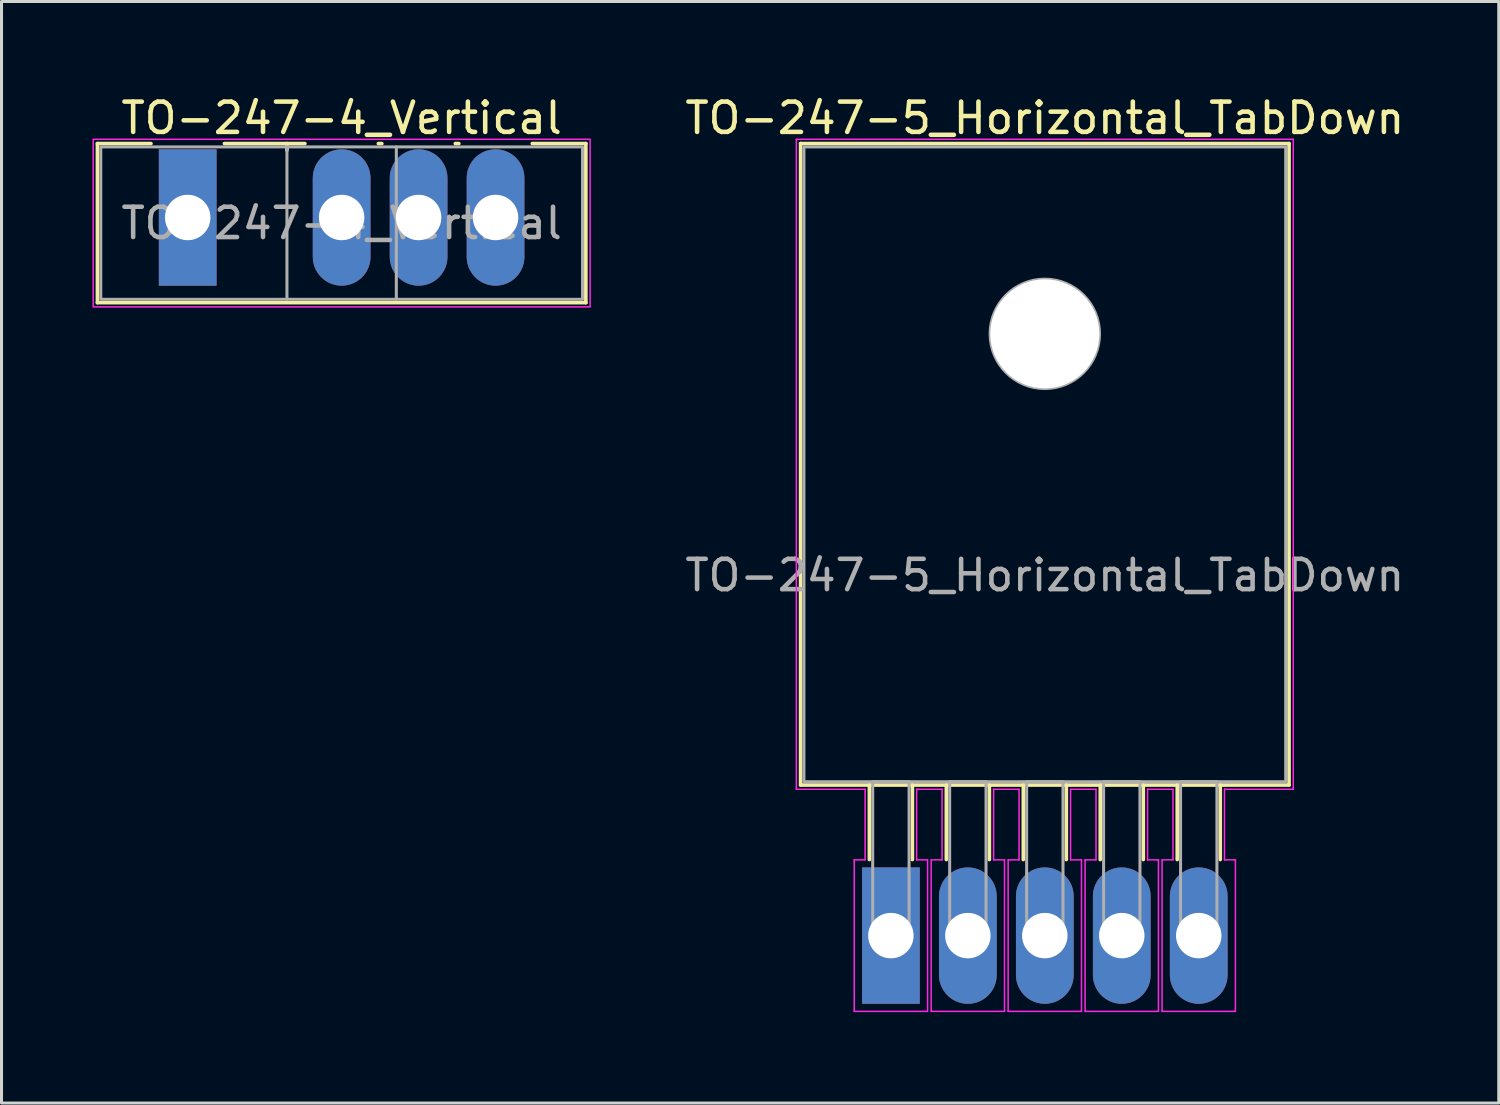
<source format=kicad_pcb>
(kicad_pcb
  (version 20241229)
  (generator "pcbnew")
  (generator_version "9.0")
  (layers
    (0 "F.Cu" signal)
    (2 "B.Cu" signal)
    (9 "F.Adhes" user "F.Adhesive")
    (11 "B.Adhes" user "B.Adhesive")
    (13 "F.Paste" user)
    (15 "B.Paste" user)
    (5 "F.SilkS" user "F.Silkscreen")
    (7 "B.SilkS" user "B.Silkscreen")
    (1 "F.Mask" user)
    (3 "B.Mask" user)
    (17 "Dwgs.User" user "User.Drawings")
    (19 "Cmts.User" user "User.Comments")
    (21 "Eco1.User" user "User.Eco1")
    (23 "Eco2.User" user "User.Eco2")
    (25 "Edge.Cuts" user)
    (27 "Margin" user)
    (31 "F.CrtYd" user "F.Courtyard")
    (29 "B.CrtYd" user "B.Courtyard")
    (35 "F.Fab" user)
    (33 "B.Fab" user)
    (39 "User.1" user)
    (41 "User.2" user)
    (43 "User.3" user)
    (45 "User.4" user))
  (footprint "TO-247-5_Horizontal_TabDown"
    (layer "F.Cu")
    (at 26.352 27.828)
    (property "Reference" "TO-247-5_Horizontal_TabDown" (at 5.08 -26.98 0) (layer "F.SilkS") (effects (font (size 1 1) (thickness 0.15))))
    (attr through_hole)
    (fp_line (start -2.98 -26.14) (end 13.14 -26.14) (stroke (width 0.12) (type solid)) (layer "F.SilkS"))
    (fp_line (start -2.98 -4.97) (end -2.98 -26.14) (stroke (width 0.12) (type solid)) (layer "F.SilkS"))
    (fp_line (start -2.98 -4.97) (end 13.14 -4.97) (stroke (width 0.12) (type solid)) (layer "F.SilkS"))
    (fp_line (start -0.71 -4.97) (end -0.71 -2.51) (stroke (width 0.12) (type solid)) (layer "F.SilkS"))
    (fp_line (start 0.71 -4.97) (end 0.71 -2.51) (stroke (width 0.12) (type solid)) (layer "F.SilkS"))
    (fp_line (start 1.83 -4.97) (end 1.83 -2.51) (stroke (width 0.12) (type solid)) (layer "F.SilkS"))
    (fp_line (start 3.25 -4.97) (end 3.25 -2.51) (stroke (width 0.12) (type solid)) (layer "F.SilkS"))
    (fp_line (start 4.37 -4.97) (end 4.37 -2.51) (stroke (width 0.12) (type solid)) (layer "F.SilkS"))
    (fp_line (start 5.79 -4.97) (end 5.79 -2.51) (stroke (width 0.12) (type solid)) (layer "F.SilkS"))
    (fp_line (start 6.91 -4.97) (end 6.91 -2.51) (stroke (width 0.12) (type solid)) (layer "F.SilkS"))
    (fp_line (start 8.33 -4.97) (end 8.33 -2.51) (stroke (width 0.12) (type solid)) (layer "F.SilkS"))
    (fp_line (start 9.45 -4.97) (end 9.45 -2.51) (stroke (width 0.12) (type solid)) (layer "F.SilkS"))
    (fp_line (start 10.87 -4.97) (end 10.87 -2.51) (stroke (width 0.12) (type solid)) (layer "F.SilkS"))
    (fp_line (start 13.14 -4.97) (end 13.14 -26.14) (stroke (width 0.12) (type solid)) (layer "F.SilkS"))
    (fp_line (start -3.12 -26.28) (end 13.28 -26.28) (stroke (width 0.05) (type solid)) (layer "F.CrtYd"))
    (fp_line (start -3.12 -4.83) (end -3.12 -26.28) (stroke (width 0.05) (type solid)) (layer "F.CrtYd"))
    (fp_line (start -1.21 -2.5) (end -0.85 -2.5) (stroke (width 0.05) (type solid)) (layer "F.CrtYd"))
    (fp_line (start -1.21 2.5) (end -1.21 -2.5) (stroke (width 0.05) (type solid)) (layer "F.CrtYd"))
    (fp_line (start -0.85 -4.83) (end -3.12 -4.83) (stroke (width 0.05) (type solid)) (layer "F.CrtYd"))
    (fp_line (start -0.85 -2.5) (end -0.85 -4.83) (stroke (width 0.05) (type solid)) (layer "F.CrtYd"))
    (fp_line (start 0.85 -4.83) (end 0.85 -2.5) (stroke (width 0.05) (type solid)) (layer "F.CrtYd"))
    (fp_line (start 0.85 -2.5) (end 1.21 -2.5) (stroke (width 0.05) (type solid)) (layer "F.CrtYd"))
    (fp_line (start 1.21 -2.5) (end 1.21 2.5) (stroke (width 0.05) (type solid)) (layer "F.CrtYd"))
    (fp_line (start 1.21 2.5) (end -1.21 2.5) (stroke (width 0.05) (type solid)) (layer "F.CrtYd"))
    (fp_line (start 1.33 -2.5) (end 1.69 -2.5) (stroke (width 0.05) (type solid)) (layer "F.CrtYd"))
    (fp_line (start 1.33 2.5) (end 1.33 -2.5) (stroke (width 0.05) (type solid)) (layer "F.CrtYd"))
    (fp_line (start 1.69 -4.83) (end 0.85 -4.83) (stroke (width 0.05) (type solid)) (layer "F.CrtYd"))
    (fp_line (start 1.69 -2.5) (end 1.69 -4.83) (stroke (width 0.05) (type solid)) (layer "F.CrtYd"))
    (fp_line (start 3.39 -4.83) (end 3.39 -2.5) (stroke (width 0.05) (type solid)) (layer "F.CrtYd"))
    (fp_line (start 3.39 -2.5) (end 3.75 -2.5) (stroke (width 0.05) (type solid)) (layer "F.CrtYd"))
    (fp_line (start 3.75 -2.5) (end 3.75 2.5) (stroke (width 0.05) (type solid)) (layer "F.CrtYd"))
    (fp_line (start 3.75 2.5) (end 1.33 2.5) (stroke (width 0.05) (type solid)) (layer "F.CrtYd"))
    (fp_line (start 3.87 -2.5) (end 4.23 -2.5) (stroke (width 0.05) (type solid)) (layer "F.CrtYd"))
    (fp_line (start 3.87 2.5) (end 3.87 -2.5) (stroke (width 0.05) (type solid)) (layer "F.CrtYd"))
    (fp_line (start 4.23 -4.83) (end 3.39 -4.83) (stroke (width 0.05) (type solid)) (layer "F.CrtYd"))
    (fp_line (start 4.23 -2.5) (end 4.23 -4.83) (stroke (width 0.05) (type solid)) (layer "F.CrtYd"))
    (fp_line (start 5.93 -4.83) (end 5.93 -2.5) (stroke (width 0.05) (type solid)) (layer "F.CrtYd"))
    (fp_line (start 5.93 -2.5) (end 6.29 -2.5) (stroke (width 0.05) (type solid)) (layer "F.CrtYd"))
    (fp_line (start 6.29 -2.5) (end 6.29 2.5) (stroke (width 0.05) (type solid)) (layer "F.CrtYd"))
    (fp_line (start 6.29 2.5) (end 3.87 2.5) (stroke (width 0.05) (type solid)) (layer "F.CrtYd"))
    (fp_line (start 6.41 -2.5) (end 6.77 -2.5) (stroke (width 0.05) (type solid)) (layer "F.CrtYd"))
    (fp_line (start 6.41 2.5) (end 6.41 -2.5) (stroke (width 0.05) (type solid)) (layer "F.CrtYd"))
    (fp_line (start 6.77 -4.83) (end 5.93 -4.83) (stroke (width 0.05) (type solid)) (layer "F.CrtYd"))
    (fp_line (start 6.77 -2.5) (end 6.77 -4.83) (stroke (width 0.05) (type solid)) (layer "F.CrtYd"))
    (fp_line (start 8.47 -4.83) (end 8.47 -2.5) (stroke (width 0.05) (type solid)) (layer "F.CrtYd"))
    (fp_line (start 8.47 -2.5) (end 8.83 -2.5) (stroke (width 0.05) (type solid)) (layer "F.CrtYd"))
    (fp_line (start 8.83 -2.5) (end 8.83 2.5) (stroke (width 0.05) (type solid)) (layer "F.CrtYd"))
    (fp_line (start 8.83 2.5) (end 6.41 2.5) (stroke (width 0.05) (type solid)) (layer "F.CrtYd"))
    (fp_line (start 8.95 -2.5) (end 9.31 -2.5) (stroke (width 0.05) (type solid)) (layer "F.CrtYd"))
    (fp_line (start 8.95 2.5) (end 8.95 -2.5) (stroke (width 0.05) (type solid)) (layer "F.CrtYd"))
    (fp_line (start 9.31 -4.83) (end 8.47 -4.83) (stroke (width 0.05) (type solid)) (layer "F.CrtYd"))
    (fp_line (start 9.31 -2.5) (end 9.31 -4.83) (stroke (width 0.05) (type solid)) (layer "F.CrtYd"))
    (fp_line (start 11.01 -4.83) (end 11.01 -2.5) (stroke (width 0.05) (type solid)) (layer "F.CrtYd"))
    (fp_line (start 11.01 -2.5) (end 11.37 -2.5) (stroke (width 0.05) (type solid)) (layer "F.CrtYd"))
    (fp_line (start 11.37 -2.5) (end 11.37 2.5) (stroke (width 0.05) (type solid)) (layer "F.CrtYd"))
    (fp_line (start 11.37 2.5) (end 8.95 2.5) (stroke (width 0.05) (type solid)) (layer "F.CrtYd"))
    (fp_line (start 13.28 -26.28) (end 13.28 -4.83) (stroke (width 0.05) (type solid)) (layer "F.CrtYd"))
    (fp_line (start 13.28 -4.83) (end 11.01 -4.83) (stroke (width 0.05) (type solid)) (layer "F.CrtYd"))
    (fp_rect (start -2.87 -5.08) (end 13.03 -26.03) (stroke (width 0.1) (type solid)) (fill no) (layer "F.Fab"))
    (fp_rect (start -0.6 -5.08) (end 0.6 0) (stroke (width 0.1) (type solid)) (fill no) (layer "F.Fab"))
    (fp_rect (start 1.94 -5.08) (end 3.14 0) (stroke (width 0.1) (type solid)) (fill no) (layer "F.Fab"))
    (fp_rect (start 4.48 -5.08) (end 5.68 0) (stroke (width 0.1) (type solid)) (fill no) (layer "F.Fab"))
    (fp_rect (start 7.02 -5.08) (end 8.22 0) (stroke (width 0.1) (type solid)) (fill no) (layer "F.Fab"))
    (fp_rect (start 9.56 -5.08) (end 10.76 0) (stroke (width 0.1) (type solid)) (fill no) (layer "F.Fab"))
    (fp_circle (center 5.08 -19.86) (end 6.885 -19.86) (stroke (width 0.1) (type solid)) (fill no) (layer "F.Fab"))
    (fp_text user "${REFERENCE}" (at 5.08 -11.89 0) (layer "F.Fab") (effects (font (size 1 1) (thickness 0.15))))
    (pad "" np_thru_hole circle (at 5.08 -19.86) (size 3.6 3.6) (drill 3.6) (layers "*.Cu" "*.Mask"))
    (pad "1" thru_hole rect (at 0 0) (size 1.905 4.5) (drill 1.5) (layers "*.Cu" "*.Mask"))
    (pad "2" thru_hole oval (at 2.54 0) (size 1.905 4.5) (drill 1.5) (layers "*.Cu" "*.Mask"))
    (pad "3" thru_hole oval (at 5.08 0) (size 1.905 4.5) (drill 1.5) (layers "*.Cu" "*.Mask"))
    (pad "4" thru_hole oval (at 7.62 0) (size 1.905 4.5) (drill 1.5) (layers "*.Cu" "*.Mask"))
    (pad "5" thru_hole oval (at 10.16 0) (size 1.905 4.5) (drill 1.5) (layers "*.Cu" "*.Mask")))
  (footprint "TO-247-4_Vertical"
    (layer "F.Cu")
    (at 3.145 4.128)
    (property "Reference" "TO-247-4_Vertical" (at 5.08 -3.28 0) (layer "F.SilkS") (effects (font (size 1 1) (thickness 0.15))))
    (attr through_hole)
    (fp_line (start -2.98 -2.44) (end -2.98 2.81) (stroke (width 0.12) (type solid)) (layer "F.SilkS"))
    (fp_line (start -2.98 -2.44) (end -1.212 -2.44) (stroke (width 0.12) (type solid)) (layer "F.SilkS"))
    (fp_line (start -2.98 2.81) (end 13.14 2.81) (stroke (width 0.12) (type solid)) (layer "F.SilkS"))
    (fp_line (start 1.212 -2.44) (end 3.868 -2.44) (stroke (width 0.12) (type solid)) (layer "F.SilkS"))
    (fp_line (start 3.275 -2.44) (end 3.275 -2.22) (stroke (width 0.12) (type solid)) (layer "F.SilkS"))
    (fp_line (start 6.292 -2.44) (end 6.407 -2.44) (stroke (width 0.12) (type solid)) (layer "F.SilkS"))
    (fp_line (start 8.832 -2.44) (end 8.948 -2.44) (stroke (width 0.12) (type solid)) (layer "F.SilkS"))
    (fp_line (start 11.372 -2.44) (end 13.14 -2.44) (stroke (width 0.12) (type solid)) (layer "F.SilkS"))
    (fp_line (start 13.14 -2.44) (end 13.14 2.81) (stroke (width 0.12) (type solid)) (layer "F.SilkS"))
    (fp_rect (start 13.28 2.95) (end -3.12 -2.58) (stroke (width 0.05) (type solid)) (fill no) (layer "F.CrtYd"))
    (fp_line (start 3.275 -2.33) (end 3.275 2.7) (stroke (width 0.1) (type solid)) (layer "F.Fab"))
    (fp_line (start 6.885 -2.33) (end 6.885 2.7) (stroke (width 0.1) (type solid)) (layer "F.Fab"))
    (fp_rect (start -2.87 -2.33) (end 13.03 2.7) (stroke (width 0.1) (type solid)) (fill no) (layer "F.Fab"))
    (fp_text user "${REFERENCE}" (at 5.08 0.19 0) (layer "F.Fab") (effects (font (size 1 1) (thickness 0.15))))
    (pad "1" thru_hole rect (at 0 0) (size 1.905 4.5) (drill 1.5) (layers "*.Cu" "*.Mask"))
    (pad "2" thru_hole oval (at 5.08 0) (size 1.905 4.5) (drill 1.5) (layers "*.Cu" "*.Mask"))
    (pad "3" thru_hole oval (at 7.62 0) (size 1.905 4.5) (drill 1.5) (layers "*.Cu" "*.Mask"))
    (pad "4" thru_hole oval (at 10.16 0) (size 1.905 4.5) (drill 1.5) (layers "*.Cu" "*.Mask")))
  (gr_rect
    (start -3 -3)
    (end 46.414 33.353)
    (stroke (width 0.1) (type default))
    (fill no)
    (layer "Edge.Cuts")))
</source>
